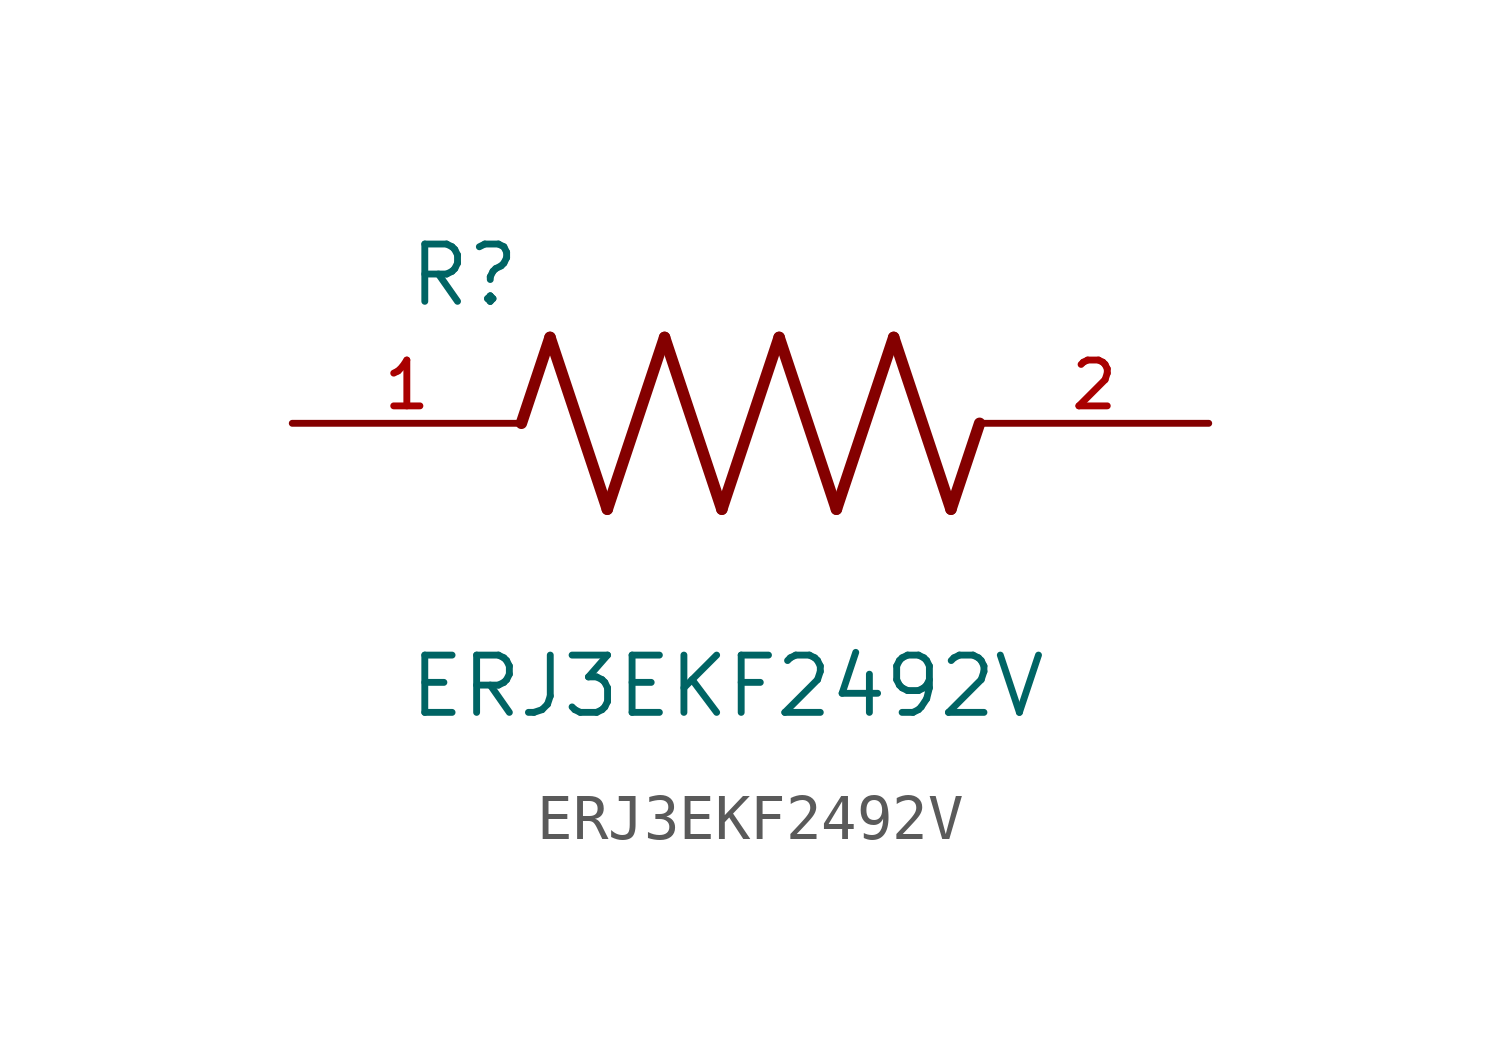
<source format=kicad_sym>
(kicad_symbol_lib
  (version 20211014)
  (generator kicad_symbol_editor)
  (symbol "ERJ3EKF2492V"
    (pin_names
      (offset 1.016))
    (property "Reference" "R"
      (at -7.624 2.541 0)
      (effects (font (size 1.27 1.27)) (justify bottom left)))
    (property "Value" "ERJ3EKF2492V"
      (at -7.624 -5.087 0)
      (effects (font (size 1.27 1.27)) (justify top left)))
    (symbol "ERJ3EKF2492V_0_0"
      (polyline (pts (xy -5.08 0.0) (xy -4.445 1.905)) (stroke (width 0.254)))
      (polyline (pts (xy -4.445 1.905) (xy -3.175 -1.905)) (stroke (width 0.254)))
      (polyline (pts (xy -3.175 -1.905) (xy -1.905 1.905)) (stroke (width 0.254)))
      (polyline (pts (xy -1.905 1.905) (xy -0.635 -1.905)) (stroke (width 0.254)))
      (polyline (pts (xy -0.635 -1.905) (xy 0.635 1.905)) (stroke (width 0.254)))
      (polyline (pts (xy 0.635 1.905) (xy 1.905 -1.905)) (stroke (width 0.254)))
      (polyline (pts (xy 1.905 -1.905) (xy 3.175 1.905)) (stroke (width 0.254)))
      (polyline (pts (xy 3.175 1.905) (xy 4.445 -1.905)) (stroke (width 0.254)))
      (polyline (pts (xy 4.445 -1.905) (xy 5.08 0.0)) (stroke (width 0.254)))
      (pin passive line (at -10.16 0.0 0) (length 5.08) (name "~" (effects (font (size 1.016 1.016)))) (number "1" (effects (font (size 1.016 1.016)))))
      (pin passive line (at 10.16 0.0 180.0) (length 5.08) (name "~" (effects (font (size 1.016 1.016)))) (number "2" (effects (font (size 1.016 1.016))))))))
</source>
